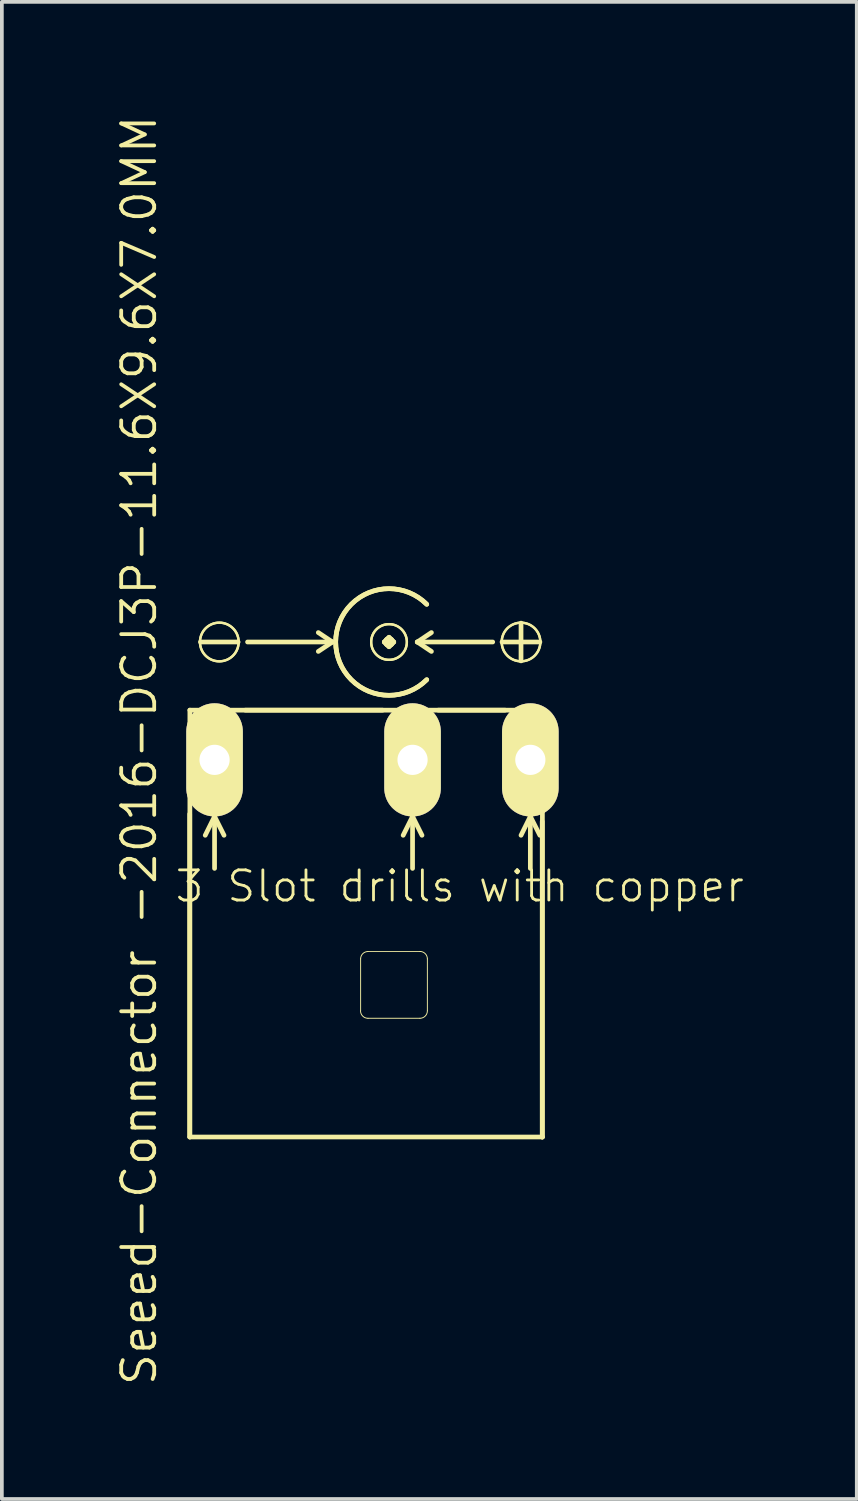
<source format=kicad_pcb>
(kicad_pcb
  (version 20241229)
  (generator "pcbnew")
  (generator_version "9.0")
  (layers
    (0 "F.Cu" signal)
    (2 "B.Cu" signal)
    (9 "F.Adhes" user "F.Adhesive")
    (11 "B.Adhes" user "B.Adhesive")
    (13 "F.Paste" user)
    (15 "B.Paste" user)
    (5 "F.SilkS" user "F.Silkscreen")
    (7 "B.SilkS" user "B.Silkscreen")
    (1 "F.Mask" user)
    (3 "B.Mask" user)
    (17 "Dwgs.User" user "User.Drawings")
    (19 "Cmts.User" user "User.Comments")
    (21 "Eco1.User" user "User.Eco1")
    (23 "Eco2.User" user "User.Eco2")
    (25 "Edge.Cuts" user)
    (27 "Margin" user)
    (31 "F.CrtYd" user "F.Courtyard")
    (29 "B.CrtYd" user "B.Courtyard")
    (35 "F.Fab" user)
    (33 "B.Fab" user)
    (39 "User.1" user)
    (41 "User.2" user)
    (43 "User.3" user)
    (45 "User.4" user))
  (footprint "Seeed-Connector -2016-DCJ3P-11.6X9.6X7.0MM"
    (layer "F.Cu")
    (at 6.858 27.58)
    (property "Reference" "Seeed-Connector -2016-DCJ3P-11.6X9.6X7.0MM" (at -6.16 -10.414 90) (layer "F.SilkS") (effects (font (size 0.889 0.889) (thickness 0.102))))
    (attr exclude_from_pos_files exclude_from_bom)
    (fp_line (start -4.798 0) (end -4.798 -8.7) (stroke (width 0.127) (type solid)) (layer "F.SilkS"))
    (fp_line (start -4.793 -11.499) (end 4.704 -11.499) (stroke (width 0.066) (type solid)) (layer "F.SilkS"))
    (fp_line (start -4.793 -11.499) (end 4.704 -11.499) (stroke (width 0.127) (type solid)) (layer "F.SilkS"))
    (fp_line (start -4.793 0) (end -4.793 -11.499) (stroke (width 0.066) (type solid)) (layer "F.SilkS"))
    (fp_line (start -4.793 0) (end -4.793 -11.499) (stroke (width 0.127) (type solid)) (layer "F.SilkS"))
    (fp_line (start -4.793 0) (end 4.704 0) (stroke (width 0.066) (type solid)) (layer "F.SilkS"))
    (fp_line (start -4.508 -10.795) (end -4.498 -10.879) (stroke (width 0.127) (type solid)) (layer "F.SilkS"))
    (fp_line (start -4.508 -9.525) (end -4.508 -10.795) (stroke (width 0.127) (type solid)) (layer "F.SilkS"))
    (fp_line (start -4.498 -10.879) (end -4.47 -10.96) (stroke (width 0.127) (type solid)) (layer "F.SilkS"))
    (fp_line (start -4.498 -9.439) (end -4.508 -9.525) (stroke (width 0.127) (type solid)) (layer "F.SilkS"))
    (fp_line (start -4.47 -10.96) (end -4.425 -11.031) (stroke (width 0.127) (type solid)) (layer "F.SilkS"))
    (fp_line (start -4.47 -9.357) (end -4.498 -9.439) (stroke (width 0.127) (type solid)) (layer "F.SilkS"))
    (fp_line (start -4.425 -11.031) (end -4.364 -11.092) (stroke (width 0.127) (type solid)) (layer "F.SilkS"))
    (fp_line (start -4.425 -9.286) (end -4.47 -9.357) (stroke (width 0.127) (type solid)) (layer "F.SilkS"))
    (fp_line (start -4.379 -8.128) (end -4.128 -8.636) (stroke (width 0.127) (type solid)) (layer "F.SilkS"))
    (fp_line (start -4.364 -11.092) (end -4.293 -11.138) (stroke (width 0.127) (type solid)) (layer "F.SilkS"))
    (fp_line (start -4.364 -9.225) (end -4.425 -9.286) (stroke (width 0.127) (type solid)) (layer "F.SilkS"))
    (fp_line (start -4.293 -11.138) (end -4.211 -11.166) (stroke (width 0.127) (type solid)) (layer "F.SilkS"))
    (fp_line (start -4.293 -9.18) (end -4.364 -9.225) (stroke (width 0.127) (type solid)) (layer "F.SilkS"))
    (fp_line (start -4.211 -11.166) (end -4.128 -11.176) (stroke (width 0.127) (type solid)) (layer "F.SilkS"))
    (fp_line (start -4.211 -9.152) (end -4.293 -9.18) (stroke (width 0.127) (type solid)) (layer "F.SilkS"))
    (fp_line (start -4.128 -11.176) (end -4.041 -11.166) (stroke (width 0.127) (type solid)) (layer "F.SilkS"))
    (fp_line (start -4.128 -9.144) (end -4.211 -9.152) (stroke (width 0.127) (type solid)) (layer "F.SilkS"))
    (fp_line (start -4.128 -8.636) (end -3.873 -8.128) (stroke (width 0.127) (type solid)) (layer "F.SilkS"))
    (fp_line (start -4.128 -7.236) (end -4.128 -8.636) (stroke (width 0.127) (type solid)) (layer "F.SilkS"))
    (fp_line (start -4.041 -11.166) (end -3.96 -11.138) (stroke (width 0.127) (type solid)) (layer "F.SilkS"))
    (fp_line (start -4.041 -9.152) (end -4.128 -9.144) (stroke (width 0.127) (type solid)) (layer "F.SilkS"))
    (fp_line (start -3.96 -11.138) (end -3.889 -11.092) (stroke (width 0.127) (type solid)) (layer "F.SilkS"))
    (fp_line (start -3.96 -9.18) (end -4.041 -9.152) (stroke (width 0.127) (type solid)) (layer "F.SilkS"))
    (fp_line (start -3.889 -11.092) (end -3.828 -11.031) (stroke (width 0.127) (type solid)) (layer "F.SilkS"))
    (fp_line (start -3.889 -9.225) (end -3.96 -9.18) (stroke (width 0.127) (type solid)) (layer "F.SilkS"))
    (fp_line (start -3.828 -11.031) (end -3.782 -10.96) (stroke (width 0.127) (type solid)) (layer "F.SilkS"))
    (fp_line (start -3.828 -9.286) (end -3.889 -9.225) (stroke (width 0.127) (type solid)) (layer "F.SilkS"))
    (fp_line (start -3.782 -10.96) (end -3.754 -10.879) (stroke (width 0.127) (type solid)) (layer "F.SilkS"))
    (fp_line (start -3.782 -9.357) (end -3.828 -9.286) (stroke (width 0.127) (type solid)) (layer "F.SilkS"))
    (fp_line (start -3.754 -10.879) (end -3.747 -10.795) (stroke (width 0.127) (type solid)) (layer "F.SilkS"))
    (fp_line (start -3.754 -9.439) (end -3.782 -9.357) (stroke (width 0.127) (type solid)) (layer "F.SilkS"))
    (fp_line (start -3.747 -10.795) (end -3.747 -9.525) (stroke (width 0.127) (type solid)) (layer "F.SilkS"))
    (fp_line (start -3.747 -9.525) (end -3.754 -9.439) (stroke (width 0.127) (type solid)) (layer "F.SilkS"))
    (fp_line (start -3.493 -13.335) (end -4.508 -13.335) (stroke (width 0.127) (type solid)) (layer "F.SilkS"))
    (fp_line (start -3.299 -11.499) (end 0.399 -11.499) (stroke (width 0.127) (type solid)) (layer "F.SilkS"))
    (fp_line (start -0.953 -13.335) (end -3.239 -13.335) (stroke (width 0.127) (type solid)) (layer "F.SilkS"))
    (fp_line (start -0.953 -13.335) (end -1.333 -13.589) (stroke (width 0.127) (type solid)) (layer "F.SilkS"))
    (fp_line (start -0.953 -13.335) (end -1.333 -13.081) (stroke (width 0.127) (type solid)) (layer "F.SilkS"))
    (fp_line (start -0.193 -3.399) (end -0.193 -4.798) (stroke (width 0.025) (type solid)) (layer "F.SilkS"))
    (fp_line (start 0.005 -4.999) (end 1.405 -4.999) (stroke (width 0.025) (type solid)) (layer "F.SilkS"))
    (fp_line (start 0.445 -13.335) (end 0.572 -13.208) (stroke (width 0.127) (type solid)) (layer "F.SilkS"))
    (fp_line (start 0.572 -13.462) (end 0.445 -13.335) (stroke (width 0.127) (type solid)) (layer "F.SilkS"))
    (fp_line (start 0.572 -13.208) (end 0.699 -13.335) (stroke (width 0.127) (type solid)) (layer "F.SilkS"))
    (fp_line (start 0.699 -13.335) (end 0.445 -13.335) (stroke (width 0.127) (type solid)) (layer "F.SilkS"))
    (fp_line (start 0.699 -13.335) (end 0.572 -13.462) (stroke (width 0.127) (type solid)) (layer "F.SilkS"))
    (fp_line (start 0.813 -10.795) (end 0.82 -10.879) (stroke (width 0.127) (type solid)) (layer "F.SilkS"))
    (fp_line (start 0.813 -9.525) (end 0.813 -10.795) (stroke (width 0.127) (type solid)) (layer "F.SilkS"))
    (fp_line (start 0.82 -10.879) (end 0.848 -10.96) (stroke (width 0.127) (type solid)) (layer "F.SilkS"))
    (fp_line (start 0.82 -9.439) (end 0.813 -9.525) (stroke (width 0.127) (type solid)) (layer "F.SilkS"))
    (fp_line (start 0.826 -10.795) (end 0.833 -10.879) (stroke (width 0.127) (type solid)) (layer "F.SilkS"))
    (fp_line (start 0.826 -9.525) (end 0.826 -10.795) (stroke (width 0.127) (type solid)) (layer "F.SilkS"))
    (fp_line (start 0.833 -10.879) (end 0.861 -10.96) (stroke (width 0.127) (type solid)) (layer "F.SilkS"))
    (fp_line (start 0.833 -9.439) (end 0.826 -9.525) (stroke (width 0.127) (type solid)) (layer "F.SilkS"))
    (fp_line (start 0.848 -10.96) (end 0.894 -11.031) (stroke (width 0.127) (type solid)) (layer "F.SilkS"))
    (fp_line (start 0.848 -9.357) (end 0.82 -9.439) (stroke (width 0.127) (type solid)) (layer "F.SilkS"))
    (fp_line (start 0.861 -10.96) (end 0.907 -11.031) (stroke (width 0.127) (type solid)) (layer "F.SilkS"))
    (fp_line (start 0.861 -9.357) (end 0.833 -9.439) (stroke (width 0.127) (type solid)) (layer "F.SilkS"))
    (fp_line (start 0.894 -11.031) (end 0.955 -11.092) (stroke (width 0.127) (type solid)) (layer "F.SilkS"))
    (fp_line (start 0.894 -9.286) (end 0.848 -9.357) (stroke (width 0.127) (type solid)) (layer "F.SilkS"))
    (fp_line (start 0.907 -11.031) (end 0.968 -11.092) (stroke (width 0.127) (type solid)) (layer "F.SilkS"))
    (fp_line (start 0.907 -9.286) (end 0.861 -9.357) (stroke (width 0.127) (type solid)) (layer "F.SilkS"))
    (fp_line (start 0.953 -8.128) (end 1.206 -8.636) (stroke (width 0.127) (type solid)) (layer "F.SilkS"))
    (fp_line (start 0.955 -11.092) (end 1.026 -11.138) (stroke (width 0.127) (type solid)) (layer "F.SilkS"))
    (fp_line (start 0.955 -9.225) (end 0.894 -9.286) (stroke (width 0.127) (type solid)) (layer "F.SilkS"))
    (fp_line (start 0.968 -11.092) (end 1.039 -11.138) (stroke (width 0.127) (type solid)) (layer "F.SilkS"))
    (fp_line (start 0.968 -9.225) (end 0.907 -9.286) (stroke (width 0.127) (type solid)) (layer "F.SilkS"))
    (fp_line (start 1.026 -11.138) (end 1.107 -11.166) (stroke (width 0.127) (type solid)) (layer "F.SilkS"))
    (fp_line (start 1.026 -9.18) (end 0.955 -9.225) (stroke (width 0.127) (type solid)) (layer "F.SilkS"))
    (fp_line (start 1.039 -11.138) (end 1.12 -11.166) (stroke (width 0.127) (type solid)) (layer "F.SilkS"))
    (fp_line (start 1.039 -9.18) (end 0.968 -9.225) (stroke (width 0.127) (type solid)) (layer "F.SilkS"))
    (fp_line (start 1.107 -11.166) (end 1.194 -11.176) (stroke (width 0.127) (type solid)) (layer "F.SilkS"))
    (fp_line (start 1.107 -9.152) (end 1.026 -9.18) (stroke (width 0.127) (type solid)) (layer "F.SilkS"))
    (fp_line (start 1.12 -11.166) (end 1.206 -11.176) (stroke (width 0.127) (type solid)) (layer "F.SilkS"))
    (fp_line (start 1.12 -9.152) (end 1.039 -9.18) (stroke (width 0.127) (type solid)) (layer "F.SilkS"))
    (fp_line (start 1.194 -11.176) (end 1.278 -11.166) (stroke (width 0.127) (type solid)) (layer "F.SilkS"))
    (fp_line (start 1.194 -9.144) (end 1.107 -9.152) (stroke (width 0.127) (type solid)) (layer "F.SilkS"))
    (fp_line (start 1.206 -11.176) (end 1.29 -11.166) (stroke (width 0.127) (type solid)) (layer "F.SilkS"))
    (fp_line (start 1.206 -9.144) (end 1.12 -9.152) (stroke (width 0.127) (type solid)) (layer "F.SilkS"))
    (fp_line (start 1.206 -8.636) (end 1.46 -8.128) (stroke (width 0.127) (type solid)) (layer "F.SilkS"))
    (fp_line (start 1.206 -7.236) (end 1.206 -8.636) (stroke (width 0.127) (type solid)) (layer "F.SilkS"))
    (fp_line (start 1.278 -11.166) (end 1.359 -11.138) (stroke (width 0.127) (type solid)) (layer "F.SilkS"))
    (fp_line (start 1.278 -9.152) (end 1.194 -9.144) (stroke (width 0.127) (type solid)) (layer "F.SilkS"))
    (fp_line (start 1.29 -11.166) (end 1.372 -11.138) (stroke (width 0.127) (type solid)) (layer "F.SilkS"))
    (fp_line (start 1.29 -9.152) (end 1.206 -9.144) (stroke (width 0.127) (type solid)) (layer "F.SilkS"))
    (fp_line (start 1.333 -13.335) (end 1.714 -13.589) (stroke (width 0.127) (type solid)) (layer "F.SilkS"))
    (fp_line (start 1.333 -13.335) (end 1.714 -13.081) (stroke (width 0.127) (type solid)) (layer "F.SilkS"))
    (fp_line (start 1.333 -13.335) (end 3.365 -13.335) (stroke (width 0.127) (type solid)) (layer "F.SilkS"))
    (fp_line (start 1.359 -11.138) (end 1.43 -11.092) (stroke (width 0.127) (type solid)) (layer "F.SilkS"))
    (fp_line (start 1.359 -9.18) (end 1.278 -9.152) (stroke (width 0.127) (type solid)) (layer "F.SilkS"))
    (fp_line (start 1.372 -11.138) (end 1.443 -11.092) (stroke (width 0.127) (type solid)) (layer "F.SilkS"))
    (fp_line (start 1.372 -9.18) (end 1.29 -9.152) (stroke (width 0.127) (type solid)) (layer "F.SilkS"))
    (fp_line (start 1.405 -3.198) (end 0.005 -3.198) (stroke (width 0.025) (type solid)) (layer "F.SilkS"))
    (fp_line (start 1.43 -11.092) (end 1.491 -11.031) (stroke (width 0.127) (type solid)) (layer "F.SilkS"))
    (fp_line (start 1.43 -9.225) (end 1.359 -9.18) (stroke (width 0.127) (type solid)) (layer "F.SilkS"))
    (fp_line (start 1.443 -11.092) (end 1.504 -11.031) (stroke (width 0.127) (type solid)) (layer "F.SilkS"))
    (fp_line (start 1.443 -9.225) (end 1.372 -9.18) (stroke (width 0.127) (type solid)) (layer "F.SilkS"))
    (fp_line (start 1.491 -11.031) (end 1.537 -10.96) (stroke (width 0.127) (type solid)) (layer "F.SilkS"))
    (fp_line (start 1.491 -9.286) (end 1.43 -9.225) (stroke (width 0.127) (type solid)) (layer "F.SilkS"))
    (fp_line (start 1.504 -11.031) (end 1.549 -10.96) (stroke (width 0.127) (type solid)) (layer "F.SilkS"))
    (fp_line (start 1.504 -9.286) (end 1.443 -9.225) (stroke (width 0.127) (type solid)) (layer "F.SilkS"))
    (fp_line (start 1.537 -10.96) (end 1.565 -10.879) (stroke (width 0.127) (type solid)) (layer "F.SilkS"))
    (fp_line (start 1.537 -9.357) (end 1.491 -9.286) (stroke (width 0.127) (type solid)) (layer "F.SilkS"))
    (fp_line (start 1.549 -10.96) (end 1.577 -10.879) (stroke (width 0.127) (type solid)) (layer "F.SilkS"))
    (fp_line (start 1.549 -9.357) (end 1.504 -9.286) (stroke (width 0.127) (type solid)) (layer "F.SilkS"))
    (fp_line (start 1.565 -10.879) (end 1.575 -10.795) (stroke (width 0.127) (type solid)) (layer "F.SilkS"))
    (fp_line (start 1.565 -9.439) (end 1.537 -9.357) (stroke (width 0.127) (type solid)) (layer "F.SilkS"))
    (fp_line (start 1.575 -10.795) (end 1.575 -9.525) (stroke (width 0.127) (type solid)) (layer "F.SilkS"))
    (fp_line (start 1.575 -9.525) (end 1.565 -9.439) (stroke (width 0.127) (type solid)) (layer "F.SilkS"))
    (fp_line (start 1.577 -10.879) (end 1.587 -10.795) (stroke (width 0.127) (type solid)) (layer "F.SilkS"))
    (fp_line (start 1.577 -9.439) (end 1.549 -9.357) (stroke (width 0.127) (type solid)) (layer "F.SilkS"))
    (fp_line (start 1.587 -10.795) (end 1.587 -9.525) (stroke (width 0.127) (type solid)) (layer "F.SilkS"))
    (fp_line (start 1.587 -9.525) (end 1.577 -9.439) (stroke (width 0.127) (type solid)) (layer "F.SilkS"))
    (fp_line (start 1.605 -4.798) (end 1.605 -3.399) (stroke (width 0.025) (type solid)) (layer "F.SilkS"))
    (fp_line (start 1.9 -11.499) (end 3.698 -11.499) (stroke (width 0.127) (type solid)) (layer "F.SilkS"))
    (fp_line (start 4 -10.795) (end 4.008 -10.879) (stroke (width 0.127) (type solid)) (layer "F.SilkS"))
    (fp_line (start 4 -10.795) (end 4.008 -10.879) (stroke (width 0.127) (type solid)) (layer "F.SilkS"))
    (fp_line (start 4 -9.525) (end 4 -10.795) (stroke (width 0.127) (type solid)) (layer "F.SilkS"))
    (fp_line (start 4 -9.525) (end 4 -10.795) (stroke (width 0.127) (type solid)) (layer "F.SilkS"))
    (fp_line (start 4.008 -10.879) (end 4.036 -10.96) (stroke (width 0.127) (type solid)) (layer "F.SilkS"))
    (fp_line (start 4.008 -10.879) (end 4.036 -10.96) (stroke (width 0.127) (type solid)) (layer "F.SilkS"))
    (fp_line (start 4.008 -9.439) (end 4 -9.525) (stroke (width 0.127) (type solid)) (layer "F.SilkS"))
    (fp_line (start 4.008 -9.439) (end 4 -9.525) (stroke (width 0.127) (type solid)) (layer "F.SilkS"))
    (fp_line (start 4.036 -10.96) (end 4.082 -11.031) (stroke (width 0.127) (type solid)) (layer "F.SilkS"))
    (fp_line (start 4.036 -10.96) (end 4.082 -11.031) (stroke (width 0.127) (type solid)) (layer "F.SilkS"))
    (fp_line (start 4.036 -9.357) (end 4.008 -9.439) (stroke (width 0.127) (type solid)) (layer "F.SilkS"))
    (fp_line (start 4.036 -9.357) (end 4.008 -9.439) (stroke (width 0.127) (type solid)) (layer "F.SilkS"))
    (fp_line (start 4.082 -11.031) (end 4.143 -11.092) (stroke (width 0.127) (type solid)) (layer "F.SilkS"))
    (fp_line (start 4.082 -11.031) (end 4.143 -11.092) (stroke (width 0.127) (type solid)) (layer "F.SilkS"))
    (fp_line (start 4.082 -9.286) (end 4.036 -9.357) (stroke (width 0.127) (type solid)) (layer "F.SilkS"))
    (fp_line (start 4.082 -9.286) (end 4.036 -9.357) (stroke (width 0.127) (type solid)) (layer "F.SilkS"))
    (fp_line (start 4.128 -12.827) (end 4.128 -13.843) (stroke (width 0.127) (type solid)) (layer "F.SilkS"))
    (fp_line (start 4.128 -8.128) (end 4.379 -8.636) (stroke (width 0.127) (type solid)) (layer "F.SilkS"))
    (fp_line (start 4.143 -11.092) (end 4.214 -11.138) (stroke (width 0.127) (type solid)) (layer "F.SilkS"))
    (fp_line (start 4.143 -11.092) (end 4.214 -11.138) (stroke (width 0.127) (type solid)) (layer "F.SilkS"))
    (fp_line (start 4.143 -9.225) (end 4.082 -9.286) (stroke (width 0.127) (type solid)) (layer "F.SilkS"))
    (fp_line (start 4.143 -9.225) (end 4.082 -9.286) (stroke (width 0.127) (type solid)) (layer "F.SilkS"))
    (fp_line (start 4.214 -11.138) (end 4.295 -11.166) (stroke (width 0.127) (type solid)) (layer "F.SilkS"))
    (fp_line (start 4.214 -11.138) (end 4.295 -11.166) (stroke (width 0.127) (type solid)) (layer "F.SilkS"))
    (fp_line (start 4.214 -9.18) (end 4.143 -9.225) (stroke (width 0.127) (type solid)) (layer "F.SilkS"))
    (fp_line (start 4.214 -9.18) (end 4.143 -9.225) (stroke (width 0.127) (type solid)) (layer "F.SilkS"))
    (fp_line (start 4.295 -11.166) (end 4.379 -11.176) (stroke (width 0.127) (type solid)) (layer "F.SilkS"))
    (fp_line (start 4.295 -11.166) (end 4.379 -11.176) (stroke (width 0.127) (type solid)) (layer "F.SilkS"))
    (fp_line (start 4.295 -9.152) (end 4.214 -9.18) (stroke (width 0.127) (type solid)) (layer "F.SilkS"))
    (fp_line (start 4.295 -9.152) (end 4.214 -9.18) (stroke (width 0.127) (type solid)) (layer "F.SilkS"))
    (fp_line (start 4.379 -11.176) (end 4.465 -11.166) (stroke (width 0.127) (type solid)) (layer "F.SilkS"))
    (fp_line (start 4.379 -11.176) (end 4.465 -11.166) (stroke (width 0.127) (type solid)) (layer "F.SilkS"))
    (fp_line (start 4.379 -9.144) (end 4.295 -9.152) (stroke (width 0.127) (type solid)) (layer "F.SilkS"))
    (fp_line (start 4.379 -9.144) (end 4.295 -9.152) (stroke (width 0.127) (type solid)) (layer "F.SilkS"))
    (fp_line (start 4.379 -8.636) (end 4.636 -8.128) (stroke (width 0.127) (type solid)) (layer "F.SilkS"))
    (fp_line (start 4.379 -7.236) (end 4.379 -8.636) (stroke (width 0.127) (type solid)) (layer "F.SilkS"))
    (fp_line (start 4.465 -11.166) (end 4.547 -11.138) (stroke (width 0.127) (type solid)) (layer "F.SilkS"))
    (fp_line (start 4.465 -11.166) (end 4.547 -11.138) (stroke (width 0.127) (type solid)) (layer "F.SilkS"))
    (fp_line (start 4.465 -9.152) (end 4.379 -9.144) (stroke (width 0.127) (type solid)) (layer "F.SilkS"))
    (fp_line (start 4.465 -9.152) (end 4.379 -9.144) (stroke (width 0.127) (type solid)) (layer "F.SilkS"))
    (fp_line (start 4.547 -11.138) (end 4.618 -11.092) (stroke (width 0.127) (type solid)) (layer "F.SilkS"))
    (fp_line (start 4.547 -11.138) (end 4.618 -11.092) (stroke (width 0.127) (type solid)) (layer "F.SilkS"))
    (fp_line (start 4.547 -9.18) (end 4.465 -9.152) (stroke (width 0.127) (type solid)) (layer "F.SilkS"))
    (fp_line (start 4.547 -9.18) (end 4.465 -9.152) (stroke (width 0.127) (type solid)) (layer "F.SilkS"))
    (fp_line (start 4.618 -11.092) (end 4.679 -11.031) (stroke (width 0.127) (type solid)) (layer "F.SilkS"))
    (fp_line (start 4.618 -11.092) (end 4.679 -11.031) (stroke (width 0.127) (type solid)) (layer "F.SilkS"))
    (fp_line (start 4.618 -9.225) (end 4.547 -9.18) (stroke (width 0.127) (type solid)) (layer "F.SilkS"))
    (fp_line (start 4.618 -9.225) (end 4.547 -9.18) (stroke (width 0.127) (type solid)) (layer "F.SilkS"))
    (fp_line (start 4.636 -13.335) (end 3.617 -13.335) (stroke (width 0.127) (type solid)) (layer "F.SilkS"))
    (fp_line (start 4.679 -11.031) (end 4.724 -10.96) (stroke (width 0.127) (type solid)) (layer "F.SilkS"))
    (fp_line (start 4.679 -11.031) (end 4.724 -10.96) (stroke (width 0.127) (type solid)) (layer "F.SilkS"))
    (fp_line (start 4.679 -9.286) (end 4.618 -9.225) (stroke (width 0.127) (type solid)) (layer "F.SilkS"))
    (fp_line (start 4.679 -9.286) (end 4.618 -9.225) (stroke (width 0.127) (type solid)) (layer "F.SilkS"))
    (fp_line (start 4.699 -8.499) (end 4.699 0) (stroke (width 0.127) (type solid)) (layer "F.SilkS"))
    (fp_line (start 4.699 0) (end -4.793 0) (stroke (width 0.127) (type solid)) (layer "F.SilkS"))
    (fp_line (start 4.704 -11.499) (end 4.704 0) (stroke (width 0.127) (type solid)) (layer "F.SilkS"))
    (fp_line (start 4.704 0) (end 4.699 0) (stroke (width 0.127) (type solid)) (layer "F.SilkS"))
    (fp_line (start 4.704 0) (end 4.704 -11.499) (stroke (width 0.066) (type solid)) (layer "F.SilkS"))
    (fp_line (start 4.724 -10.96) (end 4.752 -10.879) (stroke (width 0.127) (type solid)) (layer "F.SilkS"))
    (fp_line (start 4.724 -10.96) (end 4.752 -10.879) (stroke (width 0.127) (type solid)) (layer "F.SilkS"))
    (fp_line (start 4.724 -9.357) (end 4.679 -9.286) (stroke (width 0.127) (type solid)) (layer "F.SilkS"))
    (fp_line (start 4.724 -9.357) (end 4.679 -9.286) (stroke (width 0.127) (type solid)) (layer "F.SilkS"))
    (fp_line (start 4.752 -10.879) (end 4.763 -10.795) (stroke (width 0.127) (type solid)) (layer "F.SilkS"))
    (fp_line (start 4.752 -10.879) (end 4.763 -10.795) (stroke (width 0.127) (type solid)) (layer "F.SilkS"))
    (fp_line (start 4.752 -9.439) (end 4.724 -9.357) (stroke (width 0.127) (type solid)) (layer "F.SilkS"))
    (fp_line (start 4.752 -9.439) (end 4.724 -9.357) (stroke (width 0.127) (type solid)) (layer "F.SilkS"))
    (fp_line (start 4.763 -10.795) (end 4.763 -9.525) (stroke (width 0.127) (type solid)) (layer "F.SilkS"))
    (fp_line (start 4.763 -10.795) (end 4.763 -9.525) (stroke (width 0.127) (type solid)) (layer "F.SilkS"))
    (fp_line (start 4.763 -9.525) (end 4.752 -9.439) (stroke (width 0.127) (type solid)) (layer "F.SilkS"))
    (fp_line (start 4.763 -9.525) (end 4.752 -9.439) (stroke (width 0.127) (type solid)) (layer "F.SilkS"))
    (fp_arc (start -0.19304 -4.79806) (mid -0.135012 -4.938152) (end 0.00508 -4.99618) (stroke (width 0.0254) (type solid)) (layer "F.SilkS"))
    (fp_arc (start 0.00508 -3.19786) (mid -0.136808 -3.256632) (end -0.19558 -3.39852) (stroke (width 0.0254) (type solid)) (layer "F.SilkS"))
    (fp_arc (start 1.40462 -4.99872) (mid 1.546508 -4.939948) (end 1.60528 -4.79806) (stroke (width 0.0254) (type solid)) (layer "F.SilkS"))
    (fp_arc (start 1.5875 -12.319) (mid -0.865341 -13.335) (end 1.5875 -14.351) (stroke (width 0.127) (type solid)) (layer "F.SilkS"))
    (fp_arc (start 1.5875 -12.319) (mid -0.865341 -13.335) (end 1.5875 -14.351) (stroke (width 0.127) (type solid)) (layer "F.SilkS"))
    (fp_arc (start 1.60528 -3.39852) (mid 1.546508 -3.256632) (end 1.40462 -3.19786) (stroke (width 0.0254) (type solid)) (layer "F.SilkS"))
    (fp_circle (center -4 -13.335) (end -4.369 -13.703) (stroke (width 0.064) (type solid)) (fill no) (layer "F.SilkS"))
    (fp_circle (center -4 -13.335) (end -4.369 -13.703) (stroke (width 0.064) (type solid)) (fill no) (layer "F.SilkS"))
    (fp_circle (center 0.572 -13.335) (end 0.66 -13.424) (stroke (width 0.064) (type solid)) (fill no) (layer "F.SilkS"))
    (fp_circle (center 0.572 -13.335) (end 0.66 -13.424) (stroke (width 0.064) (type solid)) (fill no) (layer "F.SilkS"))
    (fp_circle (center 0.572 -13.335) (end 0.912 -13.675) (stroke (width 0.064) (type solid)) (fill no) (layer "F.SilkS"))
    (fp_circle (center 0.572 -13.335) (end 0.912 -13.675) (stroke (width 0.064) (type solid)) (fill no) (layer "F.SilkS"))
    (fp_circle (center 4.128 -13.335) (end 4.496 -13.703) (stroke (width 0.064) (type solid)) (fill no) (layer "F.SilkS"))
    (fp_circle (center 4.128 -13.335) (end 4.496 -13.703) (stroke (width 0.064) (type solid)) (fill no) (layer "F.SilkS"))
    (fp_text user "3 Slot drills with copper" (at 2.477 -6.756 0) (layer "F.SilkS") (effects (font (size 0.813 0.813) (thickness 0.076))))
    (pad "+" thru_hole oval (at 4.379 -10.16 180) (size 1.524 3.048) (drill 0.813) (layers "*.Cu" "F.Mask" "F.SilkS" "F.Paste"))
    (pad "-" thru_hole oval (at -4.128 -10.16 180) (size 1.524 3.048) (drill 0.813) (layers "*.Cu" "F.Mask" "F.SilkS" "F.Paste"))
    (pad "CDN" thru_hole oval (at 1.206 -10.16 180) (size 1.524 3.048) (drill 0.813) (layers "*.Cu" "F.Mask" "F.SilkS" "F.Paste")))
  (gr_rect
    (start -3 -3)
    (end 20.031 37.332)
    (stroke (width 0.1) (type default))
    (fill no)
    (layer "Edge.Cuts")))
</source>
